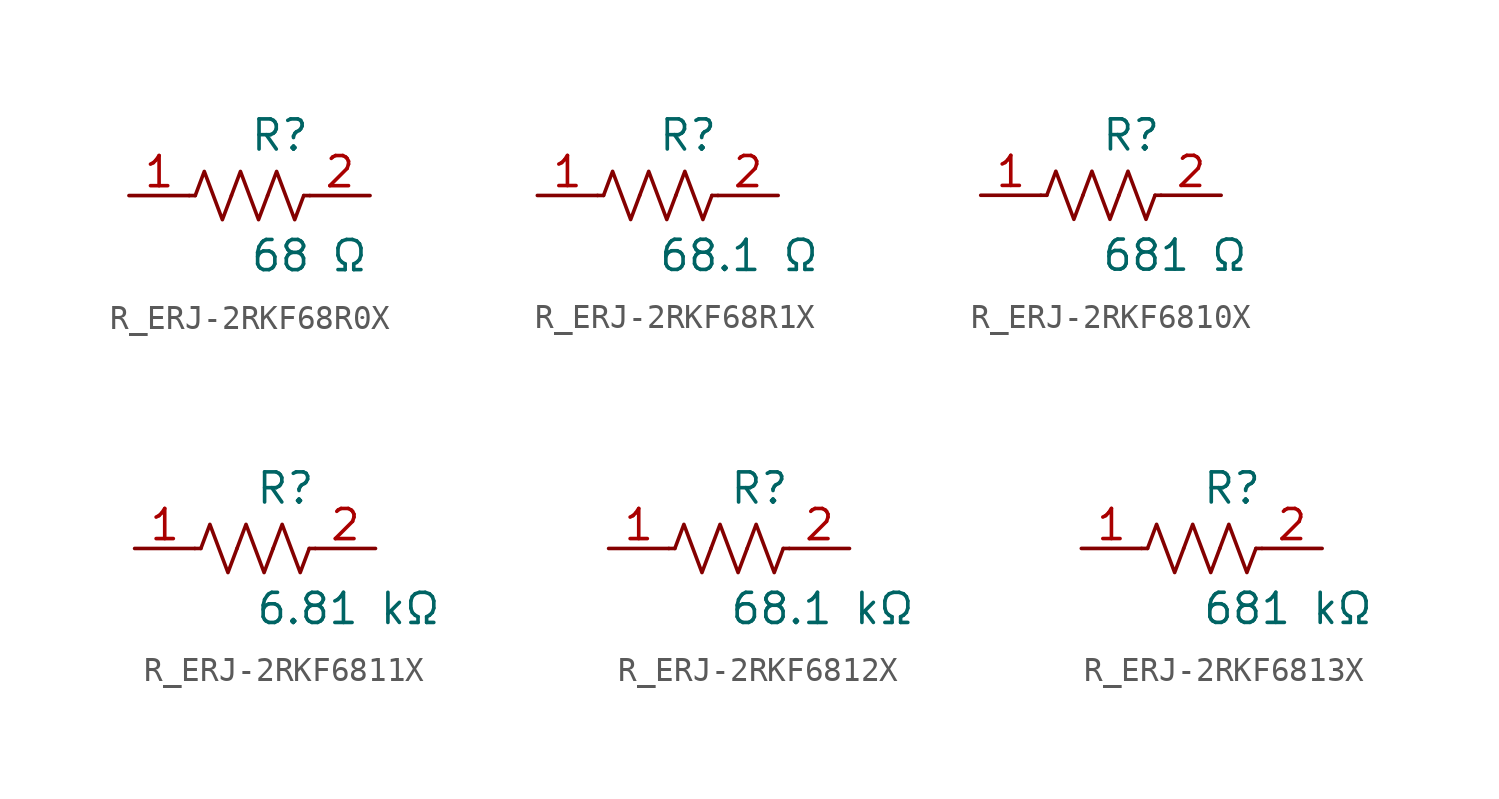
<source format=kicad_sym>
(kicad_symbol_lib
  (version 20231120)
  (generator kicad_symbol_editor)
  (generator_version 8.0)
  (symbol "R_ERJ-2RKF68R0X"
    (pin_names
      (offset 0.254))
    (property "Reference" "R"
      (at 0 2.54 0)
      (effects (font (size 1.27 1.27)) (justify left)))
    (property "Value" "68 Ω"
      (at 0 -2.54 0)
      (effects (font (size 1.27 1.27)) (justify left)))
    (symbol "R_ERJ-2RKF68R0X_0_1"
      (polyline (pts (xy 2.286 0) (xy 2.54 0)) (stroke (width 0) (type default)) (fill (type none)))
      (polyline (pts (xy -2.286 0) (xy -2.54 0)) (stroke (width 0) (type default)) (fill (type none)))
      (polyline (pts (xy 0.762 0) (xy 1.143 1.016) (xy 1.524 0) (xy 1.905 -1.016) (xy 2.286 0)) (stroke (width 0) (type default)) (fill (type none)))
      (polyline (pts (xy -0.762 0) (xy -0.381 1.016) (xy 0 0) (xy 0.381 -1.016) (xy 0.762 0)) (stroke (width 0) (type default)) (fill (type none)))
      (polyline (pts (xy -2.286 0) (xy -1.905 1.016) (xy -1.524 0) (xy -1.143 -1.016) (xy -0.762 0)) (stroke (width 0) (type default)) (fill (type none))))
    (pin passive line
      (at -5.08 0 0)
      (length 2.54)
      (name "" (effects (font (size 1.27 1.27))))
      (number "1" (effects (font (size 1.27 1.27)))))
    (pin passive line
      (at 5.08 0 180)
      (length 2.54)
      (name "" (effects (font (size 1.27 1.27))))
      (number "2" (effects (font (size 1.27 1.27))))))
  (symbol "R_ERJ-2RKF68R1X"
    (pin_names
      (offset 0.254))
    (property "Reference" "R"
      (at 0 2.54 0)
      (effects (font (size 1.27 1.27)) (justify left)))
    (property "Value" "68.1 Ω"
      (at 0 -2.54 0)
      (effects (font (size 1.27 1.27)) (justify left)))
    (symbol "R_ERJ-2RKF68R1X_0_1"
      (polyline (pts (xy 2.286 0) (xy 2.54 0)) (stroke (width 0) (type default)) (fill (type none)))
      (polyline (pts (xy -2.286 0) (xy -2.54 0)) (stroke (width 0) (type default)) (fill (type none)))
      (polyline (pts (xy 0.762 0) (xy 1.143 1.016) (xy 1.524 0) (xy 1.905 -1.016) (xy 2.286 0)) (stroke (width 0) (type default)) (fill (type none)))
      (polyline (pts (xy -0.762 0) (xy -0.381 1.016) (xy 0 0) (xy 0.381 -1.016) (xy 0.762 0)) (stroke (width 0) (type default)) (fill (type none)))
      (polyline (pts (xy -2.286 0) (xy -1.905 1.016) (xy -1.524 0) (xy -1.143 -1.016) (xy -0.762 0)) (stroke (width 0) (type default)) (fill (type none))))
    (pin passive line
      (at -5.08 0 0)
      (length 2.54)
      (name "" (effects (font (size 1.27 1.27))))
      (number "1" (effects (font (size 1.27 1.27)))))
    (pin passive line
      (at 5.08 0 180)
      (length 2.54)
      (name "" (effects (font (size 1.27 1.27))))
      (number "2" (effects (font (size 1.27 1.27))))))
  (symbol "R_ERJ-2RKF6810X"
    (pin_names
      (offset 0.254))
    (property "Reference" "R"
      (at 0 2.54 0)
      (effects (font (size 1.27 1.27)) (justify left)))
    (property "Value" "681 Ω"
      (at 0 -2.54 0)
      (effects (font (size 1.27 1.27)) (justify left)))
    (symbol "R_ERJ-2RKF6810X_0_1"
      (polyline (pts (xy 2.286 0) (xy 2.54 0)) (stroke (width 0) (type default)) (fill (type none)))
      (polyline (pts (xy -2.286 0) (xy -2.54 0)) (stroke (width 0) (type default)) (fill (type none)))
      (polyline (pts (xy 0.762 0) (xy 1.143 1.016) (xy 1.524 0) (xy 1.905 -1.016) (xy 2.286 0)) (stroke (width 0) (type default)) (fill (type none)))
      (polyline (pts (xy -0.762 0) (xy -0.381 1.016) (xy 0 0) (xy 0.381 -1.016) (xy 0.762 0)) (stroke (width 0) (type default)) (fill (type none)))
      (polyline (pts (xy -2.286 0) (xy -1.905 1.016) (xy -1.524 0) (xy -1.143 -1.016) (xy -0.762 0)) (stroke (width 0) (type default)) (fill (type none))))
    (pin passive line
      (at -5.08 0 0)
      (length 2.54)
      (name "" (effects (font (size 1.27 1.27))))
      (number "1" (effects (font (size 1.27 1.27)))))
    (pin passive line
      (at 5.08 0 180)
      (length 2.54)
      (name "" (effects (font (size 1.27 1.27))))
      (number "2" (effects (font (size 1.27 1.27))))))
  (symbol "R_ERJ-2RKF6811X"
    (pin_names
      (offset 0.254))
    (property "Reference" "R"
      (at 0 2.54 0)
      (effects (font (size 1.27 1.27)) (justify left)))
    (property "Value" "6.81 kΩ"
      (at 0 -2.54 0)
      (effects (font (size 1.27 1.27)) (justify left)))
    (symbol "R_ERJ-2RKF6811X_0_1"
      (polyline (pts (xy 2.286 0) (xy 2.54 0)) (stroke (width 0) (type default)) (fill (type none)))
      (polyline (pts (xy -2.286 0) (xy -2.54 0)) (stroke (width 0) (type default)) (fill (type none)))
      (polyline (pts (xy 0.762 0) (xy 1.143 1.016) (xy 1.524 0) (xy 1.905 -1.016) (xy 2.286 0)) (stroke (width 0) (type default)) (fill (type none)))
      (polyline (pts (xy -0.762 0) (xy -0.381 1.016) (xy 0 0) (xy 0.381 -1.016) (xy 0.762 0)) (stroke (width 0) (type default)) (fill (type none)))
      (polyline (pts (xy -2.286 0) (xy -1.905 1.016) (xy -1.524 0) (xy -1.143 -1.016) (xy -0.762 0)) (stroke (width 0) (type default)) (fill (type none))))
    (pin passive line
      (at -5.08 0 0)
      (length 2.54)
      (name "" (effects (font (size 1.27 1.27))))
      (number "1" (effects (font (size 1.27 1.27)))))
    (pin passive line
      (at 5.08 0 180)
      (length 2.54)
      (name "" (effects (font (size 1.27 1.27))))
      (number "2" (effects (font (size 1.27 1.27))))))
  (symbol "R_ERJ-2RKF6812X"
    (pin_names
      (offset 0.254))
    (property "Reference" "R"
      (at 0 2.54 0)
      (effects (font (size 1.27 1.27)) (justify left)))
    (property "Value" "68.1 kΩ"
      (at 0 -2.54 0)
      (effects (font (size 1.27 1.27)) (justify left)))
    (symbol "R_ERJ-2RKF6812X_0_1"
      (polyline (pts (xy 2.286 0) (xy 2.54 0)) (stroke (width 0) (type default)) (fill (type none)))
      (polyline (pts (xy -2.286 0) (xy -2.54 0)) (stroke (width 0) (type default)) (fill (type none)))
      (polyline (pts (xy 0.762 0) (xy 1.143 1.016) (xy 1.524 0) (xy 1.905 -1.016) (xy 2.286 0)) (stroke (width 0) (type default)) (fill (type none)))
      (polyline (pts (xy -0.762 0) (xy -0.381 1.016) (xy 0 0) (xy 0.381 -1.016) (xy 0.762 0)) (stroke (width 0) (type default)) (fill (type none)))
      (polyline (pts (xy -2.286 0) (xy -1.905 1.016) (xy -1.524 0) (xy -1.143 -1.016) (xy -0.762 0)) (stroke (width 0) (type default)) (fill (type none))))
    (pin passive line
      (at -5.08 0 0)
      (length 2.54)
      (name "" (effects (font (size 1.27 1.27))))
      (number "1" (effects (font (size 1.27 1.27)))))
    (pin passive line
      (at 5.08 0 180)
      (length 2.54)
      (name "" (effects (font (size 1.27 1.27))))
      (number "2" (effects (font (size 1.27 1.27))))))
  (symbol "R_ERJ-2RKF6813X"
    (pin_names
      (offset 0.254))
    (property "Reference" "R"
      (at 0 2.54 0)
      (effects (font (size 1.27 1.27)) (justify left)))
    (property "Value" "681 kΩ"
      (at 0 -2.54 0)
      (effects (font (size 1.27 1.27)) (justify left)))
    (symbol "R_ERJ-2RKF6813X_0_1"
      (polyline (pts (xy 2.286 0) (xy 2.54 0)) (stroke (width 0) (type default)) (fill (type none)))
      (polyline (pts (xy -2.286 0) (xy -2.54 0)) (stroke (width 0) (type default)) (fill (type none)))
      (polyline (pts (xy 0.762 0) (xy 1.143 1.016) (xy 1.524 0) (xy 1.905 -1.016) (xy 2.286 0)) (stroke (width 0) (type default)) (fill (type none)))
      (polyline (pts (xy -0.762 0) (xy -0.381 1.016) (xy 0 0) (xy 0.381 -1.016) (xy 0.762 0)) (stroke (width 0) (type default)) (fill (type none)))
      (polyline (pts (xy -2.286 0) (xy -1.905 1.016) (xy -1.524 0) (xy -1.143 -1.016) (xy -0.762 0)) (stroke (width 0) (type default)) (fill (type none))))
    (pin passive line
      (at -5.08 0 0)
      (length 2.54)
      (name "" (effects (font (size 1.27 1.27))))
      (number "1" (effects (font (size 1.27 1.27)))))
    (pin passive line
      (at 5.08 0 180)
      (length 2.54)
      (name "" (effects (font (size 1.27 1.27))))
      (number "2" (effects (font (size 1.27 1.27)))))))
</source>
